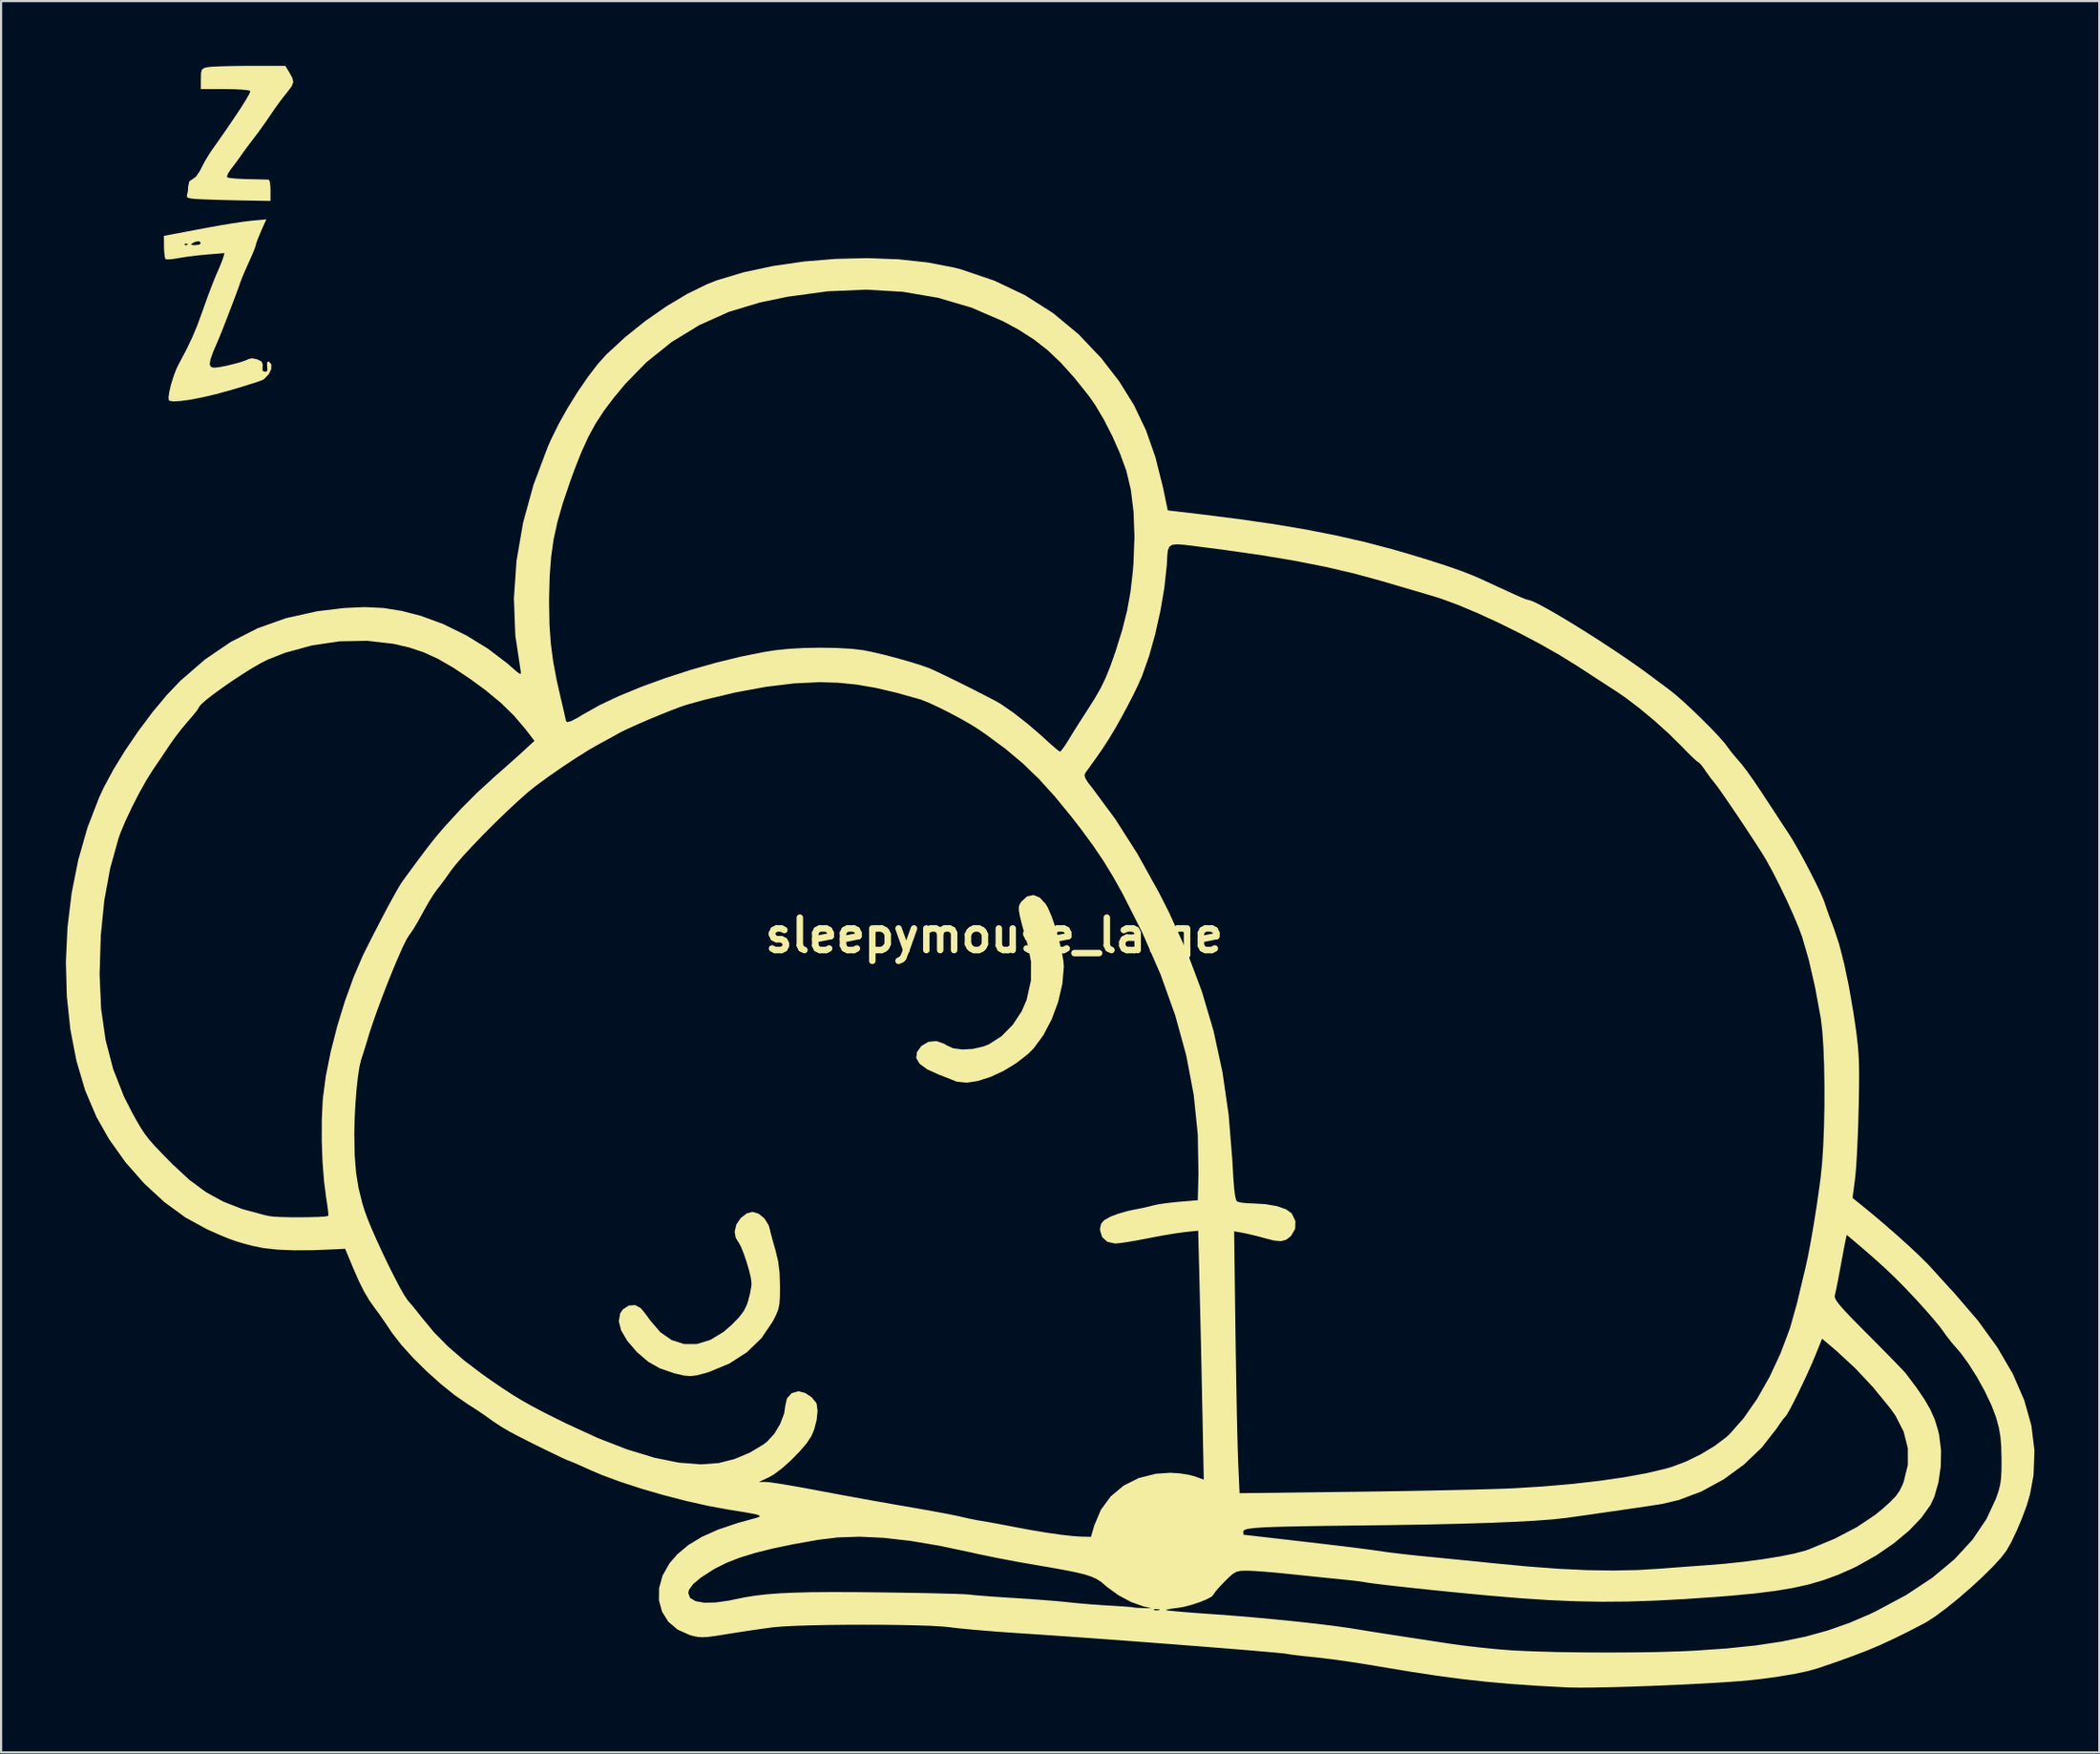
<source format=kicad_pcb>
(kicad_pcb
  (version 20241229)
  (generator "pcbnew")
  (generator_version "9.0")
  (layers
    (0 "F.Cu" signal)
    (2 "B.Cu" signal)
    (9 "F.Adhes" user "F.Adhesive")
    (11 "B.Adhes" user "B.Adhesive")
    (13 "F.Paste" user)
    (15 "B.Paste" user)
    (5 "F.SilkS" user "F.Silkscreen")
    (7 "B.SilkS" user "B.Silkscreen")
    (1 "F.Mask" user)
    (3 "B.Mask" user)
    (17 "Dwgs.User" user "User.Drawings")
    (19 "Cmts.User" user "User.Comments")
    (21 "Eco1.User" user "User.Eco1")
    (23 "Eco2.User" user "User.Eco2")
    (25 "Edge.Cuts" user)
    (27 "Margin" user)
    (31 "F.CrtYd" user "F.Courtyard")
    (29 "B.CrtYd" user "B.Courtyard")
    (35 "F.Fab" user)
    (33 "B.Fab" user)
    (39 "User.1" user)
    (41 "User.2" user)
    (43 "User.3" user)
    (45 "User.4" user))
  (footprint "sleepymouse_large"
    (layer "F.Cu")
    (at 42.982 40.249)
    (property "Reference" "sleepymouse_large" (at 0 0 0) (layer "F.SilkS") (effects (font (size 1.5 1.5) (thickness 0.3))))
    (attr board_only exclude_from_pos_files exclude_from_bom)
    (fp_poly (pts (xy 2.111 -1.749) (xy 2.382 -1.457) (xy 2.493 -1.267) (xy 2.663 -0.871) (xy 2.835 -0.368) (xy 2.993 0.182) (xy 3.121 0.718) (xy 3.203 1.18) (xy 3.224 1.445) (xy 3.155 2.249) (xy 2.962 3.077) (xy 2.664 3.881) (xy 2.28 4.614) (xy 1.829 5.227) (xy 1.586 5.473) (xy 1.035 5.906) (xy 0.437 6.27) (xy -0.172 6.553) (xy -0.757 6.74) (xy -1.284 6.818) (xy -1.716 6.775) (xy -1.807 6.743) (xy -2.002 6.664) (xy -2.305 6.545) (xy -2.567 6.444) (xy -3.108 6.197) (xy -3.455 5.942) (xy -3.61 5.677) (xy -3.576 5.399) (xy -3.375 5.124) (xy -3.053 4.929) (xy -2.677 4.893) (xy -2.31 5.018) (xy -2.22 5.08) (xy -1.902 5.226) (xy -1.468 5.283) (xy -0.977 5.254) (xy -0.488 5.139) (xy -0.244 5.042) (xy 0.341 4.665) (xy 0.861 4.138) (xy 1.277 3.505) (xy 1.501 2.983) (xy 1.7 2.096) (xy 1.704 1.21) (xy 1.563 0.488) (xy 1.387 -0.131) (xy 1.261 -0.592) (xy 1.181 -0.923) (xy 1.142 -1.153) (xy 1.14 -1.311) (xy 1.171 -1.425) (xy 1.23 -1.525) (xy 1.257 -1.563) (xy 1.526 -1.808) (xy 1.818 -1.868)) (stroke (width 0) (type solid)) (fill yes) (layer "F.SilkS"))
    (fp_poly (pts (xy -10.904 12.884) (xy -10.637 13.105) (xy -10.448 13.406) (xy -10.404 13.546) (xy -10.349 13.775) (xy -10.256 14.12) (xy -10.145 14.512) (xy -10.132 14.556) (xy -10.004 15.082) (xy -9.936 15.628) (xy -9.917 16.265) (xy -9.921 16.724) (xy -9.943 17.049) (xy -9.994 17.303) (xy -10.089 17.547) (xy -10.239 17.844) (xy -10.257 17.878) (xy -10.776 18.644) (xy -11.447 19.293) (xy -12.26 19.818) (xy -13.208 20.211) (xy -13.377 20.263) (xy -13.764 20.364) (xy -14.067 20.401) (xy -14.37 20.375) (xy -14.761 20.284) (xy -14.825 20.267) (xy -15.481 20.041) (xy -16.023 19.734) (xy -16.528 19.301) (xy -16.553 19.276) (xy -16.994 18.763) (xy -17.271 18.289) (xy -17.381 17.864) (xy -17.319 17.501) (xy -17.19 17.31) (xy -16.919 17.134) (xy -16.622 17.114) (xy -16.37 17.25) (xy -16.225 17.42) (xy -16.03 17.678) (xy -15.93 17.819) (xy -15.457 18.37) (xy -14.928 18.736) (xy -14.357 18.918) (xy -13.758 18.915) (xy -13.143 18.726) (xy -12.526 18.35) (xy -12.155 18.029) (xy -11.82 17.685) (xy -11.601 17.4) (xy -11.459 17.116) (xy -11.389 16.907) (xy -11.301 16.558) (xy -11.245 16.243) (xy -11.235 16.107) (xy -11.266 15.855) (xy -11.35 15.505) (xy -11.467 15.109) (xy -11.6 14.722) (xy -11.731 14.4) (xy -11.842 14.196) (xy -11.87 14.165) (xy -11.97 13.989) (xy -12.016 13.727) (xy -12.016 13.706) (xy -11.937 13.378) (xy -11.732 13.08) (xy -11.455 12.868) (xy -11.189 12.798)) (stroke (width 0) (type solid)) (fill yes) (layer "F.SilkS"))
    (fp_poly (pts (xy -32.628 -39.932) (xy -32.491 -39.683) (xy -32.454 -39.495) (xy -32.526 -39.304) (xy -32.719 -39.048) (xy -32.78 -38.974) (xy -33.029 -38.656) (xy -33.308 -38.272) (xy -33.485 -38.012) (xy -33.753 -37.619) (xy -34.057 -37.196) (xy -34.237 -36.958) (xy -34.491 -36.625) (xy -34.737 -36.293) (xy -34.876 -36.097) (xy -35.094 -35.792) (xy -35.317 -35.497) (xy -35.352 -35.451) (xy -35.485 -35.249) (xy -35.524 -35.11) (xy -35.515 -35.092) (xy -35.393 -35.06) (xy -35.123 -35.032) (xy -34.753 -35.012) (xy -34.551 -35.006) (xy -34.149 -34.998) (xy -33.823 -34.99) (xy -33.621 -34.984) (xy -33.582 -34.982) (xy -33.54 -34.889) (xy -33.513 -34.661) (xy -33.508 -34.485) (xy -33.508 -33.997) (xy -34.656 -34.017) (xy -35.217 -34.028) (xy -35.806 -34.043) (xy -36.34 -34.06) (xy -36.619 -34.07) (xy -37.02 -34.091) (xy -37.259 -34.121) (xy -37.369 -34.168) (xy -37.381 -34.239) (xy -37.376 -34.253) (xy -37.332 -34.462) (xy -37.318 -34.677) (xy -37.264 -34.91) (xy -37.121 -35.003) (xy -36.959 -35.122) (xy -36.789 -35.366) (xy -36.732 -35.478) (xy -36.557 -35.816) (xy -36.331 -36.19) (xy -36.221 -36.352) (xy -35.702 -37.09) (xy -35.263 -37.73) (xy -34.909 -38.26) (xy -34.65 -38.67) (xy -34.491 -38.947) (xy -34.441 -39.081) (xy -34.443 -39.088) (xy -34.557 -39.122) (xy -34.824 -39.15) (xy -35.205 -39.169) (xy -35.615 -39.175) (xy -36.732 -39.175) (xy -36.732 -39.651) (xy -36.724 -39.938) (xy -36.676 -40.088) (xy -36.557 -40.158) (xy -36.427 -40.188) (xy -36.228 -40.209) (xy -35.874 -40.226) (xy -35.405 -40.24) (xy -34.861 -40.248) (xy -34.472 -40.249) (xy -32.822 -40.249)) (stroke (width 0) (type solid)) (fill yes) (layer "F.SilkS"))
    (fp_poly (pts (xy -33.947 -32.592) (xy -34.076 -32.285) (xy -34.165 -32.047) (xy -34.192 -31.943) (xy -34.231 -31.815) (xy -34.333 -31.56) (xy -34.48 -31.227) (xy -34.52 -31.138) (xy -34.687 -30.767) (xy -34.826 -30.437) (xy -34.913 -30.209) (xy -34.92 -30.185) (xy -34.982 -30.005) (xy -35.099 -29.688) (xy -35.252 -29.281) (xy -35.425 -28.829) (xy -35.6 -28.377) (xy -35.76 -27.97) (xy -35.886 -27.655) (xy -35.952 -27.5) (xy -36.164 -27.007) (xy -36.287 -26.662) (xy -36.322 -26.442) (xy -36.274 -26.323) (xy -36.145 -26.28) (xy -36.105 -26.279) (xy -35.871 -26.304) (xy -35.54 -26.369) (xy -35.175 -26.458) (xy -34.839 -26.553) (xy -34.597 -26.641) (xy -34.524 -26.68) (xy -34.351 -26.714) (xy -34.123 -26.665) (xy -33.92 -26.564) (xy -33.864 -26.422) (xy -33.876 -26.324) (xy -33.875 -26.137) (xy -33.762 -26.084) (xy -33.653 -26.13) (xy -33.657 -26.299) (xy -33.664 -26.328) (xy -33.668 -26.519) (xy -33.592 -26.57) (xy -33.488 -26.458) (xy -33.468 -26.412) (xy -33.477 -26.203) (xy -33.603 -25.959) (xy -33.802 -25.755) (xy -33.875 -25.71) (xy -34.027 -25.652) (xy -34.328 -25.553) (xy -34.74 -25.424) (xy -35.224 -25.278) (xy -35.423 -25.22) (xy -36.05 -25.05) (xy -36.652 -24.909) (xy -37.199 -24.803) (xy -37.658 -24.737) (xy -38 -24.717) (xy -38.192 -24.747) (xy -38.212 -24.761) (xy -38.231 -24.897) (xy -38.193 -25.163) (xy -38.111 -25.505) (xy -38 -25.87) (xy -37.873 -26.206) (xy -37.783 -26.394) (xy -37.424 -27.07) (xy -37.138 -27.663) (xy -36.891 -28.254) (xy -36.647 -28.922) (xy -36.626 -28.982) (xy -36.451 -29.475) (xy -36.27 -29.959) (xy -36.109 -30.368) (xy -36.014 -30.594) (xy -35.871 -30.923) (xy -35.754 -31.215) (xy -35.707 -31.348) (xy -35.636 -31.582) (xy -36.453 -31.516) (xy -36.917 -31.471) (xy -37.383 -31.413) (xy -37.757 -31.353) (xy -37.79 -31.347) (xy -38.09 -31.301) (xy -38.306 -31.29) (xy -38.372 -31.306) (xy -38.408 -31.431) (xy -38.432 -31.685) (xy -38.438 -31.875) (xy -38.439 -32.011) (xy -37.481 -32.011) (xy -37.468 -31.952) (xy -37.416 -31.945) (xy -37.349 -31.975) (xy -37.189 -31.975) (xy -37.086 -31.949) (xy -37.001 -31.947) (xy -36.806 -31.976) (xy -36.732 -32.043) (xy -36.805 -32.13) (xy -36.979 -32.113) (xy -37.123 -32.043) (xy -37.189 -31.975) (xy -37.349 -31.975) (xy -37.336 -31.981) (xy -37.351 -32.011) (xy -37.467 -32.022) (xy -37.481 -32.011) (xy -38.439 -32.011) (xy -38.442 -32.382) (xy -38.051 -32.454) (xy -37.808 -32.5) (xy -37.423 -32.572) (xy -36.946 -32.662) (xy -36.428 -32.76) (xy -36.352 -32.774) (xy -35.797 -32.874) (xy -35.242 -32.965) (xy -34.75 -33.038) (xy -34.385 -33.082) (xy -34.373 -33.084) (xy -33.702 -33.146)) (stroke (width 0) (type solid)) (fill yes) (layer "F.SilkS"))
    (fp_poly (pts (xy -4.439 -31.296) (xy -3.088 -31.151) (xy -1.856 -30.914) (xy -1.514 -30.824) (xy 0.023 -30.3) (xy 1.434 -29.629) (xy 2.727 -28.805) (xy 3.909 -27.824) (xy 4.957 -26.719) (xy 5.789 -25.644) (xy 6.471 -24.547) (xy 7.024 -23.39) (xy 7.466 -22.132) (xy 7.816 -20.732) (xy 7.821 -20.705) (xy 8.036 -19.673) (xy 9.513 -19.499) (xy 11.308 -19.274) (xy 12.938 -19.039) (xy 14.435 -18.787) (xy 15.828 -18.513) (xy 17.15 -18.212) (xy 18.43 -17.876) (xy 19.245 -17.64) (xy 20.17 -17.357) (xy 20.933 -17.111) (xy 21.566 -16.891) (xy 22.098 -16.687) (xy 22.557 -16.489) (xy 22.598 -16.47) (xy 23.262 -16.162) (xy 23.77 -15.929) (xy 24.144 -15.759) (xy 24.405 -15.644) (xy 24.575 -15.575) (xy 24.675 -15.541) (xy 24.722 -15.533) (xy 24.898 -15.48) (xy 25.212 -15.33) (xy 25.641 -15.099) (xy 26.161 -14.799) (xy 26.749 -14.446) (xy 27.382 -14.053) (xy 28.037 -13.636) (xy 28.69 -13.208) (xy 29.318 -12.784) (xy 29.898 -12.378) (xy 30.3 -12.086) (xy 30.669 -11.811) (xy 31.056 -11.522) (xy 31.31 -11.332) (xy 31.603 -11.094) (xy 31.976 -10.763) (xy 32.392 -10.374) (xy 32.819 -9.959) (xy 33.221 -9.554) (xy 33.565 -9.192) (xy 33.815 -8.906) (xy 33.901 -8.792) (xy 34.131 -8.484) (xy 34.382 -8.184) (xy 34.409 -8.155) (xy 34.618 -7.911) (xy 34.866 -7.587) (xy 35.169 -7.159) (xy 35.542 -6.605) (xy 35.925 -6.022) (xy 36.199 -5.602) (xy 36.471 -5.187) (xy 36.7 -4.84) (xy 36.792 -4.701) (xy 37.004 -4.361) (xy 37.259 -3.915) (xy 37.537 -3.407) (xy 37.813 -2.881) (xy 38.065 -2.379) (xy 38.272 -1.944) (xy 38.41 -1.621) (xy 38.437 -1.545) (xy 38.538 -1.249) (xy 38.682 -0.849) (xy 38.842 -0.422) (xy 38.872 -0.342) (xy 39.117 0.396) (xy 39.354 1.311) (xy 39.578 2.385) (xy 39.787 3.6) (xy 39.869 4.152) (xy 39.937 4.653) (xy 39.987 5.096) (xy 40.021 5.523) (xy 40.041 5.975) (xy 40.047 6.493) (xy 40.042 7.118) (xy 40.028 7.892) (xy 40.025 8.011) (xy 40.005 8.736) (xy 39.977 9.45) (xy 39.945 10.113) (xy 39.91 10.683) (xy 39.874 11.12) (xy 39.856 11.279) (xy 39.741 12.154) (xy 40.113 12.452) (xy 40.665 12.903) (xy 41.248 13.397) (xy 41.827 13.903) (xy 42.369 14.392) (xy 42.84 14.834) (xy 43.206 15.197) (xy 43.327 15.325) (xy 43.683 15.717) (xy 44.075 16.147) (xy 44.424 16.526) (xy 44.454 16.559) (xy 45.55 17.835) (xy 46.454 19.082) (xy 47.166 20.305) (xy 47.688 21.505) (xy 48.021 22.684) (xy 48.165 23.845) (xy 48.122 24.991) (xy 47.954 25.894) (xy 47.802 26.4) (xy 47.587 26.981) (xy 47.339 27.569) (xy 47.085 28.098) (xy 46.871 28.476) (xy 46.609 28.817) (xy 46.221 29.239) (xy 45.741 29.712) (xy 45.203 30.207) (xy 44.64 30.693) (xy 44.087 31.14) (xy 43.578 31.518) (xy 43.147 31.798) (xy 43.039 31.857) (xy 42.285 32.245) (xy 41.627 32.569) (xy 41.017 32.85) (xy 40.41 33.106) (xy 39.758 33.357) (xy 39.014 33.625) (xy 38.131 33.927) (xy 38.1 33.937) (xy 37.653 34.061) (xy 37.053 34.186) (xy 36.339 34.307) (xy 35.555 34.415) (xy 35.023 34.475) (xy 34.479 34.524) (xy 33.795 34.573) (xy 33.002 34.621) (xy 32.133 34.667) (xy 31.22 34.709) (xy 30.297 34.747) (xy 29.395 34.778) (xy 28.547 34.802) (xy 27.785 34.817) (xy 27.142 34.822) (xy 26.651 34.816) (xy 26.523 34.811) (xy 25.177 34.738) (xy 23.95 34.653) (xy 22.791 34.55) (xy 21.65 34.423) (xy 20.476 34.267) (xy 19.219 34.076) (xy 17.828 33.844) (xy 17.682 33.819) (xy 17.021 33.71) (xy 16.327 33.604) (xy 15.662 33.512) (xy 15.092 33.441) (xy 14.849 33.415) (xy 14.39 33.368) (xy 13.993 33.323) (xy 13.706 33.286) (xy 13.579 33.263) (xy 13.44 33.243) (xy 13.125 33.211) (xy 12.652 33.168) (xy 12.041 33.115) (xy 11.31 33.054) (xy 10.479 32.987) (xy 9.565 32.915) (xy 8.588 32.839) (xy 7.567 32.761) (xy 6.52 32.682) (xy 5.467 32.604) (xy 4.425 32.528) (xy 3.415 32.456) (xy 2.454 32.389) (xy 1.561 32.328) (xy 0.977 32.29) (xy 0.281 32.241) (xy -0.406 32.188) (xy -1.039 32.134) (xy -1.575 32.083) (xy -1.972 32.037) (xy -2.052 32.026) (xy -2.413 31.991) (xy -2.938 31.961) (xy -3.595 31.939) (xy -4.352 31.923) (xy -5.178 31.913) (xy -6.041 31.91) (xy -6.909 31.913) (xy -7.751 31.923) (xy -8.536 31.94) (xy -9.23 31.962) (xy -9.804 31.992) (xy -10.225 32.027) (xy -10.258 32.031) (xy -10.752 32.098) (xy -11.352 32.184) (xy -11.97 32.279) (xy -12.375 32.344) (xy -12.885 32.426) (xy -13.249 32.474) (xy -13.517 32.489) (xy -13.735 32.473) (xy -13.951 32.427) (xy -14.093 32.388) (xy -14.66 32.136) (xy -15.09 31.768) (xy -15.378 31.308) (xy -15.399 31.232) (xy 7.388 31.232) (xy 7.522 31.246) (xy 7.627 31.235) (xy 7.951 31.235) (xy 8.057 31.253) (xy 8.328 31.282) (xy 8.736 31.318) (xy 9.251 31.359) (xy 9.843 31.402) (xy 10.029 31.414) (xy 10.987 31.485) (xy 11.99 31.568) (xy 13.002 31.662) (xy 13.986 31.761) (xy 14.902 31.862) (xy 15.714 31.961) (xy 16.384 32.054) (xy 16.608 32.089) (xy 16.951 32.145) (xy 17.317 32.205) (xy 17.731 32.27) (xy 18.218 32.346) (xy 18.806 32.437) (xy 19.518 32.547) (xy 20.383 32.679) (xy 21.004 32.774) (xy 21.699 32.87) (xy 22.475 32.962) (xy 23.248 33.04) (xy 23.934 33.094) (xy 24.081 33.104) (xy 25.01 33.145) (xy 26.082 33.175) (xy 27.246 33.192) (xy 28.451 33.198) (xy 29.648 33.191) (xy 30.783 33.172) (xy 31.808 33.14) (xy 32.385 33.114) (xy 33.896 33.01) (xy 35.244 32.871) (xy 36.456 32.69) (xy 37.563 32.461) (xy 38.594 32.176) (xy 39.578 31.831) (xy 40.543 31.418) (xy 40.835 31.279) (xy 42.231 30.531) (xy 43.438 29.733) (xy 44.458 28.882) (xy 45.291 27.979) (xy 45.939 27.022) (xy 46.379 26.078) (xy 46.5 25.729) (xy 46.578 25.427) (xy 46.621 25.11) (xy 46.639 24.716) (xy 46.64 24.228) (xy 46.625 23.646) (xy 46.587 23.186) (xy 46.514 22.777) (xy 46.397 22.345) (xy 46.384 22.304) (xy 46.172 21.745) (xy 45.869 21.109) (xy 45.507 20.454) (xy 45.12 19.84) (xy 44.744 19.326) (xy 44.59 19.148) (xy 44.315 18.829) (xy 44.054 18.493) (xy 43.932 18.317) (xy 43.777 18.108) (xy 43.518 17.794) (xy 43.185 17.41) (xy 42.809 16.992) (xy 42.624 16.792) (xy 42.136 16.276) (xy 41.677 15.815) (xy 41.206 15.367) (xy 40.68 14.894) (xy 40.057 14.356) (xy 39.797 14.136) (xy 39.474 13.863) (xy 39.424 14.087) (xy 39.386 14.273) (xy 39.323 14.601) (xy 39.244 15.02) (xy 39.176 15.387) (xy 39.09 15.843) (xy 39.012 16.244) (xy 38.95 16.543) (xy 38.92 16.673) (xy 38.922 16.764) (xy 38.982 16.891) (xy 39.113 17.072) (xy 39.331 17.323) (xy 39.65 17.663) (xy 40.086 18.108) (xy 40.46 18.484) (xy 40.924 18.951) (xy 41.349 19.381) (xy 41.712 19.753) (xy 41.992 20.043) (xy 42.166 20.229) (xy 42.208 20.277) (xy 42.696 20.925) (xy 43.068 21.47) (xy 43.345 21.951) (xy 43.546 22.405) (xy 43.691 22.869) (xy 43.753 23.133) (xy 43.84 23.834) (xy 43.826 24.585) (xy 43.72 25.323) (xy 43.529 25.986) (xy 43.354 26.361) (xy 42.934 26.953) (xy 42.354 27.557) (xy 41.643 28.15) (xy 40.833 28.705) (xy 39.955 29.198) (xy 39.713 29.316) (xy 39.068 29.6) (xy 38.42 29.838) (xy 37.741 30.038) (xy 37 30.204) (xy 36.168 30.344) (xy 35.215 30.463) (xy 34.113 30.567) (xy 33.46 30.619) (xy 31.975 30.721) (xy 30.625 30.793) (xy 29.369 30.835) (xy 28.162 30.845) (xy 26.963 30.825) (xy 25.727 30.772) (xy 24.412 30.686) (xy 22.975 30.567) (xy 21.981 30.474) (xy 21.101 30.388) (xy 20.25 30.301) (xy 19.453 30.217) (xy 18.734 30.139) (xy 18.118 30.068) (xy 17.628 30.009) (xy 17.289 29.963) (xy 17.145 29.938) (xy 16.967 29.91) (xy 16.647 29.87) (xy 16.238 29.826) (xy 15.973 29.799) (xy 15.485 29.751) (xy 14.881 29.689) (xy 14.236 29.622) (xy 13.628 29.558) (xy 13.077 29.503) (xy 12.544 29.457) (xy 12.084 29.424) (xy 11.754 29.409) (xy 11.716 29.408) (xy 11.427 29.414) (xy 11.223 29.456) (xy 11.039 29.562) (xy 10.815 29.765) (xy 10.666 29.914) (xy 10.42 30.172) (xy 10.24 30.38) (xy 10.161 30.499) (xy 10.16 30.505) (xy 10.073 30.605) (xy 9.843 30.73) (xy 9.518 30.863) (xy 9.145 30.987) (xy 8.773 31.084) (xy 8.489 31.131) (xy 8.191 31.17) (xy 7.997 31.208) (xy 7.951 31.235) (xy 7.627 31.235) (xy 7.661 31.231) (xy 7.644 31.197) (xy 7.444 31.184) (xy 7.4 31.197) (xy 7.388 31.232) (xy -15.399 31.232) (xy -15.522 30.783) (xy -15.518 30.446) (xy -14.165 30.446) (xy -14.078 30.671) (xy -13.826 30.819) (xy -13.428 30.89) (xy -12.899 30.88) (xy -12.258 30.788) (xy -12.016 30.736) (xy -11.556 30.642) (xy -11.072 30.564) (xy -10.544 30.503) (xy -9.948 30.457) (xy -9.265 30.425) (xy -8.47 30.405) (xy -7.544 30.398) (xy -6.463 30.401) (xy -5.373 30.412) (xy -4.51 30.423) (xy -3.696 30.437) (xy -2.956 30.451) (xy -2.313 30.467) (xy -1.789 30.482) (xy -1.409 30.496) (xy -1.195 30.51) (xy -1.172 30.512) (xy -0.964 30.536) (xy -0.601 30.567) (xy -0.12 30.604) (xy 0.437 30.642) (xy 0.928 30.673) (xy 1.558 30.714) (xy 2.179 30.759) (xy 2.742 30.803) (xy 3.195 30.844) (xy 3.419 30.868) (xy 3.835 30.911) (xy 4.366 30.957) (xy 4.93 30.998) (xy 5.275 31.02) (xy 5.72 31.047) (xy 6.085 31.072) (xy 6.332 31.092) (xy 6.42 31.105) (xy 6.521 31.12) (xy 6.75 31.134) (xy 6.86 31.137) (xy 7.278 31.15) (xy 6.911 31.061) (xy 6.34 30.858) (xy 5.746 30.54) (xy 5.212 30.152) (xy 5.121 30.072) (xy 4.942 29.922) (xy 4.745 29.795) (xy 4.504 29.685) (xy 4.192 29.584) (xy 3.784 29.484) (xy 3.253 29.377) (xy 2.573 29.255) (xy 2.003 29.159) (xy 1.055 28.994) (xy 0.12 28.816) (xy -0.727 28.64) (xy -1.026 28.573) (xy -2.534 28.254) (xy -3.89 28.026) (xy -5.115 27.887) (xy -6.229 27.835) (xy -7.252 27.869) (xy -8.165 27.981) (xy -9.305 28.185) (xy -10.274 28.387) (xy -11.094 28.592) (xy -11.79 28.808) (xy -12.385 29.041) (xy -12.903 29.299) (xy -13.042 29.379) (xy -13.581 29.729) (xy -13.942 30.03) (xy -14.131 30.292) (xy -14.165 30.446) (xy -15.518 30.446) (xy -15.516 30.218) (xy -15.357 29.64) (xy -15.04 29.074) (xy -14.671 28.648) (xy -14.152 28.216) (xy -13.528 27.838) (xy -12.774 27.503) (xy -11.865 27.197) (xy -11.235 27.024) (xy -11.009 26.963) (xy -10.876 26.913) (xy -10.854 26.868) (xy -10.957 26.821) (xy -11.201 26.765) (xy -11.604 26.694) (xy -12.181 26.601) (xy -12.309 26.58) (xy -13.253 26.407) (xy -14.275 26.177) (xy -15.326 25.905) (xy -16.36 25.604) (xy -17.328 25.288) (xy -18.182 24.971) (xy -18.68 24.759) (xy -19.072 24.582) (xy -19.395 24.439) (xy -19.609 24.349) (xy -19.676 24.325) (xy -19.784 24.284) (xy -20.03 24.172) (xy -20.378 24.006) (xy -20.79 23.806) (xy -21.232 23.588) (xy -21.666 23.371) (xy -22.055 23.172) (xy -22.365 23.009) (xy -22.464 22.955) (xy -22.821 22.744) (xy -23.166 22.519) (xy -23.342 22.393) (xy -23.598 22.209) (xy -23.95 21.972) (xy -24.324 21.733) (xy -24.355 21.714) (xy -24.962 21.295) (xy -25.617 20.77) (xy -26.277 20.179) (xy -26.901 19.562) (xy -27.449 18.956) (xy -27.879 18.402) (xy -27.957 18.286) (xy -28.209 17.91) (xy -28.481 17.522) (xy -28.651 17.292) (xy -28.924 16.907) (xy -29.167 16.501) (xy -29.407 16.022) (xy -29.673 15.418) (xy -29.727 15.289) (xy -30.053 14.507) (xy -30.437 14.528) (xy -31.514 14.572) (xy -32.422 14.578) (xy -33.184 14.547) (xy -33.822 14.477) (xy -34.315 14.378) (xy -34.743 14.266) (xy -35.097 14.16) (xy -35.435 14.04) (xy -35.817 13.884) (xy -36.302 13.67) (xy -36.439 13.608) (xy -37.443 13.061) (xy -38.424 12.344) (xy -39.358 11.483) (xy -40.219 10.505) (xy -40.981 9.436) (xy -41.566 8.405) (xy -42.09 7.171) (xy -42.492 5.81) (xy -42.775 4.35) (xy -42.938 2.818) (xy -42.967 1.773) (xy -41.42 1.773) (xy -41.42 1.837) (xy -41.35 3.403) (xy -41.142 4.848) (xy -40.791 6.194) (xy -40.291 7.463) (xy -39.939 8.157) (xy -39.707 8.576) (xy -39.514 8.907) (xy -39.332 9.184) (xy -39.131 9.446) (xy -38.883 9.728) (xy -38.561 10.068) (xy -38.135 10.501) (xy -38.026 10.611) (xy -37.263 11.317) (xy -36.503 11.88) (xy -35.699 12.322) (xy -34.805 12.671) (xy -33.775 12.949) (xy -33.557 12.996) (xy -33.345 13.021) (xy -33.008 13.038) (xy -32.59 13.047) (xy -32.136 13.049) (xy -31.69 13.044) (xy -31.297 13.033) (xy -31 13.014) (xy -30.843 12.989) (xy -30.831 12.983) (xy -30.83 12.875) (xy -30.858 12.624) (xy -30.909 12.276) (xy -30.928 12.163) (xy -31.03 11.371) (xy -31.1 10.455) (xy -31.135 9.484) (xy -31.134 9.281) (xy -29.627 9.281) (xy -29.608 10.195) (xy -29.546 10.979) (xy -29.431 11.693) (xy -29.256 12.399) (xy -29.152 12.738) (xy -29.019 13.104) (xy -28.826 13.574) (xy -28.588 14.114) (xy -28.322 14.689) (xy -28.046 15.264) (xy -27.776 15.805) (xy -27.528 16.278) (xy -27.319 16.647) (xy -27.166 16.879) (xy -27.141 16.908) (xy -26.961 17.117) (xy -26.721 17.412) (xy -26.505 17.687) (xy -25.932 18.377) (xy -25.296 19.023) (xy -24.564 19.659) (xy -23.699 20.315) (xy -23.263 20.623) (xy -22.75 20.971) (xy -22.298 21.266) (xy -21.861 21.531) (xy -21.399 21.791) (xy -20.867 22.071) (xy -20.222 22.395) (xy -19.832 22.588) (xy -18.352 23.268) (xy -16.985 23.798) (xy -15.733 24.179) (xy -14.598 24.408) (xy -13.581 24.487) (xy -12.752 24.425) (xy -12.025 24.241) (xy -11.305 23.939) (xy -10.672 23.557) (xy -10.514 23.433) (xy -10.183 23.072) (xy -9.908 22.615) (xy -9.726 22.134) (xy -9.672 21.767) (xy -9.592 21.425) (xy -9.376 21.19) (xy -9.06 21.102) (xy -9.054 21.102) (xy -8.754 21.18) (xy -8.457 21.375) (xy -8.248 21.627) (xy -8.219 21.693) (xy -8.178 22.012) (xy -8.22 22.427) (xy -8.332 22.864) (xy -8.462 23.176) (xy -8.68 23.505) (xy -9.01 23.893) (xy -9.403 24.293) (xy -9.812 24.66) (xy -10.189 24.945) (xy -10.404 25.07) (xy -10.893 25.3) (xy -10.551 25.303) (xy -10.354 25.321) (xy -9.999 25.373) (xy -9.522 25.451) (xy -8.955 25.55) (xy -8.334 25.664) (xy -8.157 25.698) (xy -7.367 25.847) (xy -6.47 26.012) (xy -5.548 26.179) (xy -4.678 26.333) (xy -4.103 26.432) (xy -3.462 26.543) (xy -2.85 26.653) (xy -2.308 26.754) (xy -1.874 26.839) (xy -1.588 26.9) (xy -1.563 26.906) (xy -1.163 26.997) (xy -0.755 27.077) (xy -0.586 27.105) (xy -0.298 27.153) (xy 0.114 27.228) (xy 0.586 27.317) (xy 0.856 27.37) (xy 1.662 27.521) (xy 2.43 27.649) (xy 3.12 27.747) (xy 3.692 27.81) (xy 4.023 27.83) (xy 4.48 27.842) (xy 4.549 27.606) (xy 11.528 27.606) (xy 11.542 27.732) (xy 11.552 27.746) (xy 11.663 27.757) (xy 11.936 27.788) (xy 12.338 27.834) (xy 12.838 27.891) (xy 13.405 27.957) (xy 14.004 28.026) (xy 14.605 28.096) (xy 15.176 28.163) (xy 15.684 28.223) (xy 16.097 28.272) (xy 16.166 28.28) (xy 16.708 28.347) (xy 17.24 28.415) (xy 17.701 28.478) (xy 18.022 28.525) (xy 18.332 28.568) (xy 18.784 28.622) (xy 19.326 28.683) (xy 19.905 28.743) (xy 20.125 28.764) (xy 20.817 28.832) (xy 21.6 28.91) (xy 22.381 28.988) (xy 23.067 29.058) (xy 23.104 29.062) (xy 24.71 29.214) (xy 26.155 29.321) (xy 27.468 29.383) (xy 28.677 29.401) (xy 29.81 29.377) (xy 30.871 29.312) (xy 31.438 29.268) (xy 32.047 29.223) (xy 32.605 29.182) (xy 32.873 29.164) (xy 33.81 29.089) (xy 34.73 28.991) (xy 35.598 28.876) (xy 36.383 28.748) (xy 37.05 28.613) (xy 37.567 28.476) (xy 37.709 28.427) (xy 38.907 27.931) (xy 39.926 27.401) (xy 40.783 26.829) (xy 41.127 26.549) (xy 41.495 26.218) (xy 41.747 25.955) (xy 41.92 25.71) (xy 42.053 25.435) (xy 42.111 25.287) (xy 42.303 24.511) (xy 42.301 23.736) (xy 42.107 22.969) (xy 41.722 22.219) (xy 41.5 21.907) (xy 40.694 20.92) (xy 39.881 20.052) (xy 38.996 19.233) (xy 38.777 19.046) (xy 38.33 18.67) (xy 38.008 19.47) (xy 37.843 19.86) (xy 37.641 20.31) (xy 37.419 20.784) (xy 37.195 21.247) (xy 36.986 21.663) (xy 36.809 21.997) (xy 36.682 22.212) (xy 36.632 22.274) (xy 36.543 22.376) (xy 36.384 22.593) (xy 36.218 22.838) (xy 35.535 23.712) (xy 34.705 24.503) (xy 33.765 25.187) (xy 32.748 25.74) (xy 31.691 26.139) (xy 30.92 26.32) (xy 30.705 26.354) (xy 30.334 26.41) (xy 29.845 26.482) (xy 29.276 26.566) (xy 28.664 26.655) (xy 28.047 26.744) (xy 27.463 26.828) (xy 26.95 26.901) (xy 26.544 26.957) (xy 26.475 26.966) (xy 25.865 27.033) (xy 25.064 27.093) (xy 24.075 27.147) (xy 22.9 27.195) (xy 21.544 27.236) (xy 20.01 27.271) (xy 18.302 27.299) (xy 17.34 27.31) (xy 16.12 27.325) (xy 15.081 27.338) (xy 14.209 27.353) (xy 13.49 27.368) (xy 12.909 27.385) (xy 12.452 27.405) (xy 12.106 27.428) (xy 11.855 27.455) (xy 11.687 27.487) (xy 11.585 27.524) (xy 11.537 27.567) (xy 11.528 27.606) (xy 4.549 27.606) (xy 4.633 27.317) (xy 4.941 26.585) (xy 5.399 25.966) (xy 5.988 25.474) (xy 6.689 25.121) (xy 7.486 24.92) (xy 8.157 24.876) (xy 8.582 24.902) (xy 8.999 24.966) (xy 9.272 25.037) (xy 9.703 25.193) (xy 9.638 21.95) (xy 9.618 21.015) (xy 9.597 20.003) (xy 9.574 18.966) (xy 9.551 17.96) (xy 9.529 17.037) (xy 9.51 16.251) (xy 9.509 16.189) (xy 9.445 13.671) (xy 8.85 13.731) (xy 8.509 13.776) (xy 8.043 13.851) (xy 7.518 13.944) (xy 7.084 14.028) (xy 6.597 14.12) (xy 6.151 14.196) (xy 5.798 14.246) (xy 5.594 14.263) (xy 5.242 14.184) (xy 4.999 13.968) (xy 4.9 13.653) (xy 4.903 13.55) (xy 4.953 13.342) (xy 5.085 13.19) (xy 5.349 13.039) (xy 5.373 13.028) (xy 5.717 12.893) (xy 6.144 12.768) (xy 6.448 12.701) (xy 6.83 12.626) (xy 7.178 12.548) (xy 7.378 12.496) (xy 7.61 12.447) (xy 7.972 12.394) (xy 8.397 12.347) (xy 8.55 12.333) (xy 9.427 12.26) (xy 9.457 11.039) (xy 9.426 9.21) (xy 9.238 7.386) (xy 8.892 5.555) (xy 8.381 3.701) (xy 7.704 1.81) (xy 6.855 -0.133) (xy 5.959 -1.905) (xy 5.516 -2.699) (xy 5.071 -3.428) (xy 4.587 -4.146) (xy 4.025 -4.911) (xy 3.592 -5.471) (xy 2.815 -6.421) (xy 2.075 -7.237) (xy 1.882 -7.423) (xy 4.18 -7.423) (xy 4.211 -7.289) (xy 4.336 -7.087) (xy 4.571 -6.784) (xy 5.613 -5.375) (xy 6.634 -3.773) (xy 7.631 -1.978) (xy 8.104 -1.044) (xy 8.937 0.788) (xy 9.619 2.604) (xy 10.16 4.438) (xy 10.569 6.327) (xy 10.855 8.307) (xy 11.027 10.413) (xy 11.036 10.588) (xy 11.074 11.253) (xy 11.113 11.741) (xy 11.157 12.07) (xy 11.206 12.259) (xy 11.25 12.321) (xy 11.416 12.367) (xy 11.703 12.398) (xy 11.927 12.405) (xy 12.553 12.44) (xy 13.092 12.533) (xy 13.509 12.678) (xy 13.77 12.864) (xy 13.779 12.874) (xy 13.947 13.224) (xy 13.935 13.586) (xy 13.744 13.911) (xy 13.73 13.926) (xy 13.519 14.088) (xy 13.276 14.153) (xy 12.952 14.125) (xy 12.53 14.017) (xy 12.129 13.909) (xy 11.71 13.811) (xy 11.57 13.783) (xy 11.109 13.697) (xy 11.171 18.352) (xy 11.186 19.347) (xy 11.202 20.332) (xy 11.219 21.278) (xy 11.236 22.16) (xy 11.254 22.948) (xy 11.271 23.617) (xy 11.287 24.138) (xy 11.297 24.414) (xy 11.361 25.821) (xy 16.744 25.755) (xy 17.828 25.74) (xy 18.916 25.723) (xy 19.978 25.703) (xy 20.989 25.682) (xy 21.921 25.661) (xy 22.746 25.639) (xy 23.438 25.618) (xy 23.969 25.597) (xy 24.081 25.592) (xy 25.452 25.507) (xy 26.776 25.392) (xy 28.026 25.249) (xy 29.174 25.083) (xy 30.193 24.897) (xy 31.056 24.695) (xy 31.351 24.611) (xy 32.027 24.358) (xy 32.72 24.018) (xy 33.367 23.627) (xy 33.905 23.22) (xy 34.048 23.088) (xy 34.697 22.353) (xy 35.319 21.459) (xy 35.897 20.444) (xy 36.41 19.343) (xy 36.841 18.194) (xy 37.166 17.047) (xy 37.286 16.54) (xy 37.406 16.034) (xy 37.51 15.599) (xy 37.562 15.387) (xy 37.681 14.841) (xy 37.813 14.146) (xy 37.951 13.345) (xy 38.087 12.482) (xy 38.212 11.602) (xy 38.261 11.235) (xy 38.332 10.547) (xy 38.385 9.735) (xy 38.421 8.837) (xy 38.44 7.894) (xy 38.441 6.944) (xy 38.426 6.026) (xy 38.393 5.181) (xy 38.343 4.448) (xy 38.275 3.865) (xy 38.266 3.81) (xy 38.001 2.37) (xy 37.711 1.112) (xy 37.406 0.065) (xy 37.232 -0.402) (xy 36.985 -0.987) (xy 36.69 -1.637) (xy 36.372 -2.3) (xy 36.054 -2.924) (xy 35.762 -3.458) (xy 35.609 -3.715) (xy 35.349 -4.123) (xy 35.042 -4.595) (xy 34.708 -5.1) (xy 34.37 -5.605) (xy 34.048 -6.08) (xy 33.764 -6.493) (xy 33.539 -6.813) (xy 33.393 -7.008) (xy 33.371 -7.034) (xy 33.176 -7.278) (xy 32.962 -7.575) (xy 32.917 -7.644) (xy 32.758 -7.865) (xy 32.637 -7.995) (xy 32.607 -8.01) (xy 32.514 -8.077) (xy 32.319 -8.257) (xy 32.053 -8.52) (xy 31.825 -8.755) (xy 31.236 -9.337) (xy 30.567 -9.939) (xy 29.875 -10.514) (xy 29.215 -11.016) (xy 28.823 -11.283) (xy 28.515 -11.483) (xy 28.094 -11.756) (xy 27.609 -12.071) (xy 27.109 -12.396) (xy 26.98 -12.48) (xy 26.175 -12.978) (xy 25.274 -13.489) (xy 24.317 -13.995) (xy 23.343 -14.476) (xy 22.391 -14.913) (xy 21.502 -15.287) (xy 20.714 -15.579) (xy 20.369 -15.688) (xy 20.003 -15.796) (xy 19.502 -15.944) (xy 18.918 -16.115) (xy 18.305 -16.296) (xy 17.954 -16.399) (xy 16.68 -16.747) (xy 15.334 -17.061) (xy 13.887 -17.346) (xy 12.311 -17.609) (xy 10.578 -17.855) (xy 9.916 -17.939) (xy 9.27 -18.023) (xy 8.793 -18.081) (xy 8.458 -18.103) (xy 8.239 -18.078) (xy 8.11 -17.993) (xy 8.044 -17.838) (xy 8.016 -17.601) (xy 7.998 -17.27) (xy 7.987 -17.096) (xy 7.878 -16.094) (xy 7.696 -15.022) (xy 7.455 -13.945) (xy 7.17 -12.926) (xy 6.855 -12.032) (xy 6.82 -11.944) (xy 6.655 -11.577) (xy 6.424 -11.102) (xy 6.156 -10.582) (xy 5.89 -10.088) (xy 5.583 -9.547) (xy 5.297 -9.073) (xy 4.996 -8.611) (xy 4.643 -8.105) (xy 4.226 -7.53) (xy 4.18 -7.423) (xy 1.882 -7.423) (xy 1.329 -7.958) (xy 0.531 -8.628) (xy -0.364 -9.288) (xy -0.733 -9.542) (xy -1.112 -9.78) (xy -1.584 -10.048) (xy -2.098 -10.321) (xy -2.604 -10.573) (xy -3.053 -10.779) (xy -3.393 -10.914) (xy -3.439 -10.928) (xy -4.53 -11.234) (xy -5.491 -11.458) (xy -6.368 -11.609) (xy -7.205 -11.694) (xy -8.048 -11.721) (xy -8.083 -11.721) (xy -9.262 -11.665) (xy -10.571 -11.505) (xy -11.978 -11.247) (xy -13.45 -10.895) (xy -14.263 -10.668) (xy -14.554 -10.569) (xy -14.971 -10.411) (xy -15.465 -10.213) (xy -15.988 -9.995) (xy -16.492 -9.778) (xy -16.929 -9.582) (xy -17.251 -9.427) (xy -17.34 -9.379) (xy -17.653 -9.205) (xy -18.033 -8.997) (xy -18.268 -8.871) (xy -18.755 -8.593) (xy -19.344 -8.225) (xy -19.989 -7.799) (xy -20.64 -7.347) (xy -21.243 -6.906) (xy -21.616 -6.603) (xy -22.073 -6.197) (xy -22.585 -5.719) (xy -23.123 -5.198) (xy -23.658 -4.662) (xy -24.159 -4.141) (xy -24.599 -3.665) (xy -24.947 -3.262) (xy -25.156 -2.99) (xy -25.398 -2.648) (xy -25.638 -2.324) (xy -25.803 -2.115) (xy -25.969 -1.883) (xy -26.182 -1.54) (xy -26.403 -1.15) (xy -26.459 -1.044) (xy -26.673 -0.656) (xy -26.886 -0.302) (xy -27.061 -0.043) (xy -27.099 0.005) (xy -27.215 0.194) (xy -27.382 0.536) (xy -27.589 0.998) (xy -27.822 1.55) (xy -28.068 2.159) (xy -28.314 2.793) (xy -28.548 3.421) (xy -28.757 4.011) (xy -28.929 4.53) (xy -28.963 4.64) (xy -29.089 5.057) (xy -29.204 5.427) (xy -29.289 5.693) (xy -29.313 5.764) (xy -29.388 6.076) (xy -29.459 6.541) (xy -29.522 7.119) (xy -29.574 7.768) (xy -29.61 8.447) (xy -29.627 9.113) (xy -29.627 9.281) (xy -31.134 9.281) (xy -31.132 8.525) (xy -31.09 7.648) (xy -31.079 7.522) (xy -30.946 6.512) (xy -30.722 5.394) (xy -30.423 4.223) (xy -30.065 3.053) (xy -29.664 1.941) (xy -29.236 0.942) (xy -29.11 0.684) (xy -28.735 -0.057) (xy -28.38 -0.743) (xy -28.058 -1.352) (xy -27.783 -1.858) (xy -27.567 -2.238) (xy -27.423 -2.469) (xy -27.414 -2.481) (xy -26.953 -3.111) (xy -26.583 -3.611) (xy -26.284 -4.008) (xy -26.033 -4.331) (xy -25.809 -4.607) (xy -25.59 -4.865) (xy -25.439 -5.038) (xy -24.672 -5.874) (xy -23.918 -6.627) (xy -23.09 -7.383) (xy -23.01 -7.453) (xy -22.621 -7.796) (xy -22.227 -8.146) (xy -21.891 -8.449) (xy -21.756 -8.572) (xy -21.287 -9.005) (xy -21.707 -9.551) (xy -22.233 -10.17) (xy -22.841 -10.764) (xy -23.569 -11.364) (xy -24.277 -11.881) (xy -25.058 -12.401) (xy -25.753 -12.801) (xy -26.412 -13.102) (xy -27.081 -13.326) (xy -27.81 -13.495) (xy -27.825 -13.498) (xy -29.04 -13.637) (xy -30.307 -13.611) (xy -31.585 -13.424) (xy -32.833 -13.081) (xy -33.638 -12.764) (xy -33.97 -12.595) (xy -34.377 -12.36) (xy -34.83 -12.077) (xy -35.298 -11.768) (xy -35.752 -11.453) (xy -36.162 -11.154) (xy -36.498 -10.891) (xy -36.73 -10.684) (xy -36.829 -10.554) (xy -36.83 -10.544) (xy -36.891 -10.44) (xy -37.052 -10.234) (xy -37.278 -9.972) (xy -37.299 -9.948) (xy -37.616 -9.571) (xy -37.949 -9.138) (xy -38.158 -8.841) (xy -38.433 -8.431) (xy -38.74 -7.976) (xy -38.949 -7.669) (xy -39.255 -7.183) (xy -39.589 -6.585) (xy -39.922 -5.937) (xy -40.222 -5.299) (xy -40.459 -4.734) (xy -40.539 -4.509) (xy -40.927 -3.123) (xy -41.202 -1.625) (xy -41.365 0.001) (xy -41.42 1.773) (xy -42.967 1.773) (xy -42.982 1.24) (xy -42.908 -0.356) (xy -42.717 -1.943) (xy -42.408 -3.495) (xy -41.983 -4.985) (xy -41.442 -6.385) (xy -41.231 -6.838) (xy -40.78 -7.678) (xy -40.229 -8.573) (xy -39.612 -9.477) (xy -38.962 -10.343) (xy -38.314 -11.121) (xy -37.701 -11.766) (xy -37.694 -11.774) (xy -36.55 -12.765) (xy -35.362 -13.575) (xy -34.113 -14.213) (xy -32.781 -14.686) (xy -31.348 -15.004) (xy -30.089 -15.155) (xy -29.133 -15.197) (xy -28.276 -15.155) (xy -27.436 -15.021) (xy -26.555 -14.794) (xy -25.516 -14.413) (xy -24.458 -13.895) (xy -23.446 -13.276) (xy -22.549 -12.595) (xy -22.391 -12.456) (xy -22.125 -12.223) (xy -21.975 -12.113) (xy -21.915 -12.114) (xy -21.92 -12.213) (xy -21.922 -12.222) (xy -22.173 -13.887) (xy -22.228 -15.338) (xy -20.608 -15.338) (xy -20.591 -14.394) (xy -20.532 -13.537) (xy -20.423 -12.697) (xy -20.255 -11.802) (xy -20.081 -11.039) (xy -19.981 -10.614) (xy -19.9 -10.261) (xy -19.848 -10.021) (xy -19.833 -9.94) (xy -19.776 -9.871) (xy -19.602 -9.912) (xy -19.298 -10.068) (xy -19.012 -10.241) (xy -18.267 -10.659) (xy -17.364 -11.084) (xy -16.339 -11.505) (xy -15.228 -11.909) (xy -14.066 -12.285) (xy -12.89 -12.62) (xy -11.735 -12.903) (xy -10.638 -13.121) (xy -10.16 -13.197) (xy -9.542 -13.263) (xy -8.82 -13.303) (xy -8.053 -13.317) (xy -7.301 -13.305) (xy -6.623 -13.267) (xy -6.076 -13.203) (xy -6.057 -13.2) (xy -5.599 -13.108) (xy -5.051 -12.978) (xy -4.466 -12.824) (xy -3.895 -12.662) (xy -3.394 -12.506) (xy -3.015 -12.371) (xy -2.931 -12.336) (xy -2.592 -12.18) (xy -2.156 -11.971) (xy -1.661 -11.729) (xy -1.147 -11.473) (xy -0.654 -11.223) (xy -0.221 -11) (xy 0.111 -10.823) (xy 0.295 -10.718) (xy 0.876 -10.319) (xy 1.52 -9.817) (xy 2.167 -9.262) (xy 2.345 -9.099) (xy 2.635 -8.835) (xy 2.872 -8.631) (xy 3.02 -8.517) (xy 3.047 -8.504) (xy 3.127 -8.579) (xy 3.272 -8.779) (xy 3.438 -9.042) (xy 3.644 -9.379) (xy 3.911 -9.803) (xy 4.191 -10.239) (xy 4.28 -10.376) (xy 4.645 -10.949) (xy 4.927 -11.441) (xy 5.159 -11.918) (xy 5.373 -12.448) (xy 5.601 -13.096) (xy 5.618 -13.144) (xy 5.928 -14.137) (xy 6.155 -15.039) (xy 6.314 -15.926) (xy 6.421 -16.876) (xy 6.448 -17.219) (xy 6.494 -18.455) (xy 6.453 -19.599) (xy 6.327 -20.624) (xy 6.119 -21.5) (xy 6.108 -21.537) (xy 5.827 -22.301) (xy 5.475 -23.099) (xy 5.081 -23.869) (xy 4.676 -24.553) (xy 4.387 -24.966) (xy 3.714 -25.809) (xy 3.088 -26.506) (xy 2.473 -27.089) (xy 1.832 -27.589) (xy 1.13 -28.038) (xy 0.407 -28.43) (xy -1.055 -29.06) (xy -2.599 -29.514) (xy -4.225 -29.791) (xy -5.932 -29.891) (xy -7.717 -29.814) (xy -9.582 -29.56) (xy -10.844 -29.298) (xy -12.289 -28.861) (xy -13.657 -28.247) (xy -14.933 -27.468) (xy -16.102 -26.531) (xy -17.063 -25.547) (xy -17.613 -24.889) (xy -18.069 -24.285) (xy -18.456 -23.69) (xy -18.798 -23.061) (xy -19.12 -22.355) (xy -19.445 -21.529) (xy -19.653 -20.955) (xy -19.977 -19.994) (xy -20.222 -19.14) (xy -20.398 -18.336) (xy -20.514 -17.525) (xy -20.581 -16.65) (xy -20.607 -15.655) (xy -20.608 -15.338) (xy -22.228 -15.338) (xy -22.238 -15.595) (xy -22.118 -17.334) (xy -21.815 -19.093) (xy -21.33 -20.86) (xy -20.665 -22.624) (xy -20.517 -22.959) (xy -20.169 -23.666) (xy -19.75 -24.414) (xy -19.287 -25.157) (xy -18.811 -25.851) (xy -18.35 -26.452) (xy -17.949 -26.898) (xy -17.084 -27.695) (xy -16.146 -28.445) (xy -15.175 -29.12) (xy -14.21 -29.696) (xy -13.289 -30.147) (xy -12.847 -30.32) (xy -11.607 -30.694) (xy -10.25 -30.985) (xy -8.815 -31.193) (xy -7.342 -31.315) (xy -5.87 -31.35)) (stroke (width 0) (type solid)) (fill yes) (layer "F.SilkS")))
  (gr_rect
    (start -3 -3)
    (end 94.148 78.071)
    (stroke (width 0.1) (type default))
    (fill no)
    (layer "Edge.Cuts")))
</source>
